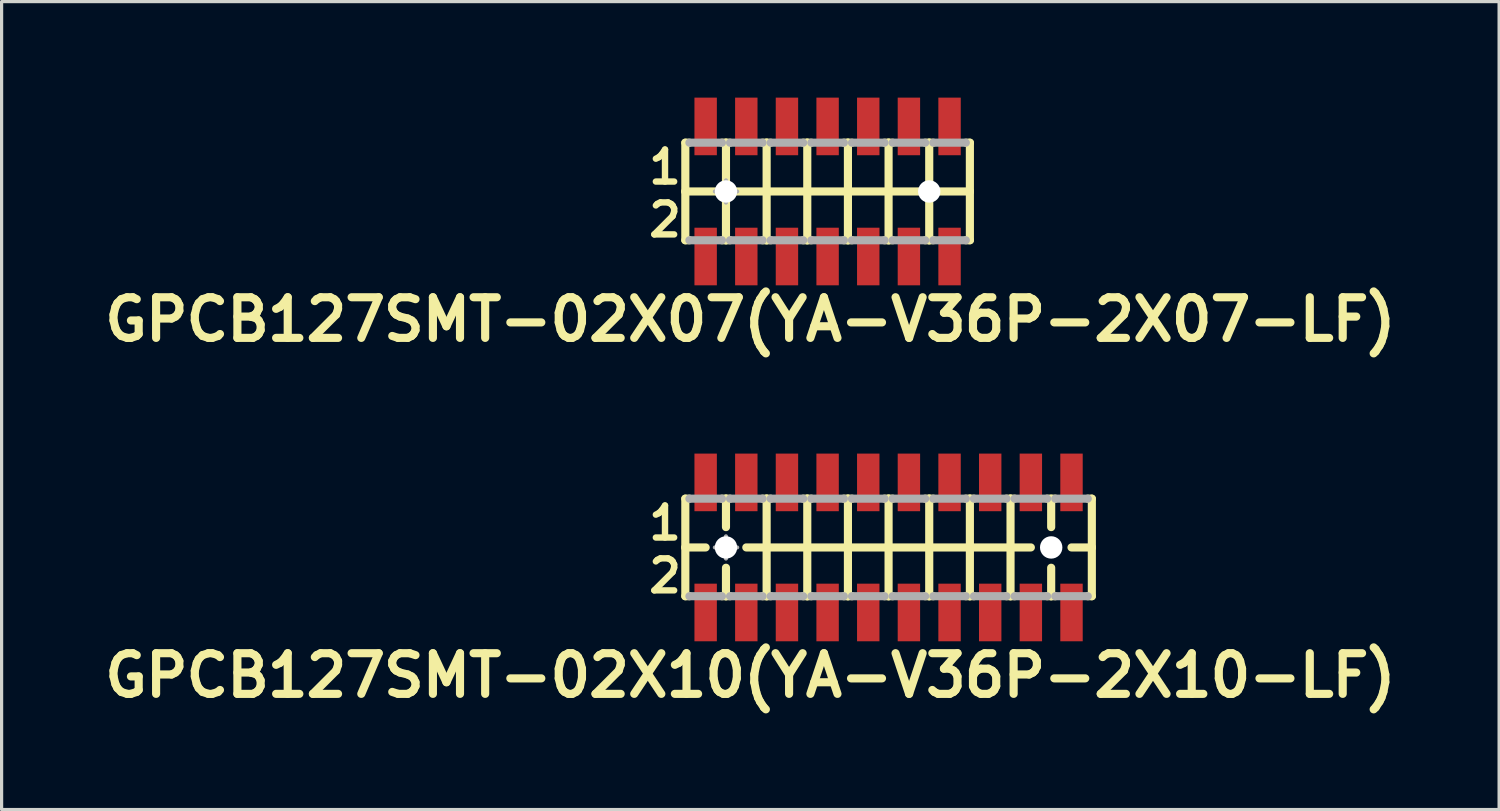
<source format=kicad_pcb>
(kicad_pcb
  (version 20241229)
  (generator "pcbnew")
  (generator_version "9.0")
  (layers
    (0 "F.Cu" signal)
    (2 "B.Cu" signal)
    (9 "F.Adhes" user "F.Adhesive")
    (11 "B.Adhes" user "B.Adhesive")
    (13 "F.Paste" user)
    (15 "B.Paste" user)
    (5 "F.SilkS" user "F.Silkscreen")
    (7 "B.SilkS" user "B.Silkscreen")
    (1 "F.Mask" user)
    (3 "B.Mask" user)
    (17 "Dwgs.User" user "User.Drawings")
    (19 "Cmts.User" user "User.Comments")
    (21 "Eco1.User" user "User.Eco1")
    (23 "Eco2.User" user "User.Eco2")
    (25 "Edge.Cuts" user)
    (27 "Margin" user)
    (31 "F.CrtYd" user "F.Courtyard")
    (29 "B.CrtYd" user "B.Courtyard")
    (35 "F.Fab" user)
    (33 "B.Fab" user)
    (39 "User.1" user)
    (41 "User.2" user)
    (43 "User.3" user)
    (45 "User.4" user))
  (footprint "GPCB127SMT-02X07(YA-V36P-2X07-LF)"
    (layer "F.Cu")
    (at 22.806 2.932)
    (property "Reference" "GPCB127SMT-02X07(YA-V36P-2X07-LF)" (at -2.413 4 0) (layer "F.SilkS") (effects (font (size 1.27 1.27) (thickness 0.254))))
    (attr smd)
    (fp_line (start -4.445 -1.524) (end -4.445 0) (stroke (width 0.254) (type solid)) (layer "F.SilkS"))
    (fp_line (start -4.445 0) (end -4.445 1.524) (stroke (width 0.254) (type solid)) (layer "F.SilkS"))
    (fp_line (start -4.445 0) (end -3.175 0) (stroke (width 0.254) (type solid)) (layer "F.SilkS"))
    (fp_line (start -4.445 1.524) (end -4.318 1.524) (stroke (width 0.254) (type solid)) (layer "F.SilkS"))
    (fp_line (start -4.318 -1.524) (end -4.445 -1.524) (stroke (width 0.254) (type solid)) (layer "F.SilkS"))
    (fp_line (start -3.302 -1.524) (end -3.175 -1.524) (stroke (width 0.254) (type solid)) (layer "F.SilkS"))
    (fp_line (start -3.302 1.524) (end -3.175 1.524) (stroke (width 0.254) (type solid)) (layer "F.SilkS"))
    (fp_line (start -3.175 -1.524) (end -3.048 -1.524) (stroke (width 0.254) (type solid)) (layer "F.SilkS"))
    (fp_line (start -3.175 0) (end -3.175 -1.524) (stroke (width 0.254) (type solid)) (layer "F.SilkS"))
    (fp_line (start -3.175 0) (end -1.905 0) (stroke (width 0.254) (type solid)) (layer "F.SilkS"))
    (fp_line (start -3.175 1.524) (end -3.175 0) (stroke (width 0.254) (type solid)) (layer "F.SilkS"))
    (fp_line (start -3.175 1.524) (end -3.048 1.524) (stroke (width 0.254) (type solid)) (layer "F.SilkS"))
    (fp_line (start -2.032 -1.524) (end -1.905 -1.524) (stroke (width 0.254) (type solid)) (layer "F.SilkS"))
    (fp_line (start -2.032 1.524) (end -1.905 1.524) (stroke (width 0.254) (type solid)) (layer "F.SilkS"))
    (fp_line (start -1.905 -1.524) (end -1.778 -1.524) (stroke (width 0.254) (type solid)) (layer "F.SilkS"))
    (fp_line (start -1.905 0) (end -1.905 -1.524) (stroke (width 0.254) (type solid)) (layer "F.SilkS"))
    (fp_line (start -1.905 0) (end -0.635 0) (stroke (width 0.254) (type solid)) (layer "F.SilkS"))
    (fp_line (start -1.905 1.524) (end -1.905 0) (stroke (width 0.254) (type solid)) (layer "F.SilkS"))
    (fp_line (start -1.905 1.524) (end -1.778 1.524) (stroke (width 0.254) (type solid)) (layer "F.SilkS"))
    (fp_line (start -0.762 -1.524) (end -0.635 -1.524) (stroke (width 0.254) (type solid)) (layer "F.SilkS"))
    (fp_line (start -0.762 1.524) (end -0.635 1.524) (stroke (width 0.254) (type solid)) (layer "F.SilkS"))
    (fp_line (start -0.635 -1.524) (end -0.508 -1.524) (stroke (width 0.254) (type solid)) (layer "F.SilkS"))
    (fp_line (start -0.635 0) (end -0.635 -1.524) (stroke (width 0.254) (type solid)) (layer "F.SilkS"))
    (fp_line (start -0.635 0) (end 0.635 0) (stroke (width 0.254) (type solid)) (layer "F.SilkS"))
    (fp_line (start -0.635 1.524) (end -0.635 0) (stroke (width 0.254) (type solid)) (layer "F.SilkS"))
    (fp_line (start -0.635 1.524) (end -0.508 1.524) (stroke (width 0.254) (type solid)) (layer "F.SilkS"))
    (fp_line (start 0.508 -1.524) (end 0.635 -1.524) (stroke (width 0.254) (type solid)) (layer "F.SilkS"))
    (fp_line (start 0.508 1.524) (end 0.635 1.524) (stroke (width 0.254) (type solid)) (layer "F.SilkS"))
    (fp_line (start 0.635 -1.524) (end 0.762 -1.524) (stroke (width 0.254) (type solid)) (layer "F.SilkS"))
    (fp_line (start 0.635 0) (end 0.635 -1.524) (stroke (width 0.254) (type solid)) (layer "F.SilkS"))
    (fp_line (start 0.635 0) (end 1.905 0) (stroke (width 0.254) (type solid)) (layer "F.SilkS"))
    (fp_line (start 0.635 1.524) (end 0.635 0) (stroke (width 0.254) (type solid)) (layer "F.SilkS"))
    (fp_line (start 0.635 1.524) (end 0.762 1.524) (stroke (width 0.254) (type solid)) (layer "F.SilkS"))
    (fp_line (start 1.778 -1.524) (end 1.905 -1.524) (stroke (width 0.254) (type solid)) (layer "F.SilkS"))
    (fp_line (start 1.778 1.524) (end 1.905 1.524) (stroke (width 0.254) (type solid)) (layer "F.SilkS"))
    (fp_line (start 1.905 -1.524) (end 2.032 -1.524) (stroke (width 0.254) (type solid)) (layer "F.SilkS"))
    (fp_line (start 1.905 0) (end 1.905 -1.524) (stroke (width 0.254) (type solid)) (layer "F.SilkS"))
    (fp_line (start 1.905 0) (end 3.175 0) (stroke (width 0.254) (type solid)) (layer "F.SilkS"))
    (fp_line (start 1.905 1.524) (end 1.905 0) (stroke (width 0.254) (type solid)) (layer "F.SilkS"))
    (fp_line (start 1.905 1.524) (end 2.032 1.524) (stroke (width 0.254) (type solid)) (layer "F.SilkS"))
    (fp_line (start 3.048 -1.524) (end 3.175 -1.524) (stroke (width 0.254) (type solid)) (layer "F.SilkS"))
    (fp_line (start 3.048 1.524) (end 3.175 1.524) (stroke (width 0.254) (type solid)) (layer "F.SilkS"))
    (fp_line (start 3.175 -1.524) (end 3.302 -1.524) (stroke (width 0.254) (type solid)) (layer "F.SilkS"))
    (fp_line (start 3.175 0) (end 3.175 -1.524) (stroke (width 0.254) (type solid)) (layer "F.SilkS"))
    (fp_line (start 3.175 0) (end 4.445 0) (stroke (width 0.254) (type solid)) (layer "F.SilkS"))
    (fp_line (start 3.175 1.524) (end 3.175 0) (stroke (width 0.254) (type solid)) (layer "F.SilkS"))
    (fp_line (start 3.175 1.524) (end 3.302 1.524) (stroke (width 0.254) (type solid)) (layer "F.SilkS"))
    (fp_line (start 4.318 -1.524) (end 4.445 -1.524) (stroke (width 0.254) (type solid)) (layer "F.SilkS"))
    (fp_line (start 4.318 1.524) (end 4.445 1.524) (stroke (width 0.254) (type solid)) (layer "F.SilkS"))
    (fp_line (start 4.445 0) (end 4.445 -1.524) (stroke (width 0.254) (type solid)) (layer "F.SilkS"))
    (fp_line (start 4.445 1.524) (end 4.445 0) (stroke (width 0.254) (type solid)) (layer "F.SilkS"))
    (fp_line (start -4.318 -1.524) (end -3.302 -1.524) (stroke (width 0.254) (type solid)) (layer "F.Fab"))
    (fp_line (start -4.318 1.524) (end -3.302 1.524) (stroke (width 0.254) (type solid)) (layer "F.Fab"))
    (fp_line (start -3.523 0) (end -2.824 0) (stroke (width 0.127) (type solid)) (layer "F.Fab"))
    (fp_line (start -3.175 0.348) (end -3.175 -0.348) (stroke (width 0.127) (type solid)) (layer "F.Fab"))
    (fp_line (start -3.048 -1.524) (end -2.032 -1.524) (stroke (width 0.254) (type solid)) (layer "F.Fab"))
    (fp_line (start -3.048 1.524) (end -2.032 1.524) (stroke (width 0.254) (type solid)) (layer "F.Fab"))
    (fp_line (start -1.778 -1.524) (end -0.762 -1.524) (stroke (width 0.254) (type solid)) (layer "F.Fab"))
    (fp_line (start -1.778 1.524) (end -0.762 1.524) (stroke (width 0.254) (type solid)) (layer "F.Fab"))
    (fp_line (start -0.508 -1.524) (end 0.508 -1.524) (stroke (width 0.254) (type solid)) (layer "F.Fab"))
    (fp_line (start -0.508 1.524) (end 0.508 1.524) (stroke (width 0.254) (type solid)) (layer "F.Fab"))
    (fp_line (start 0.762 -1.524) (end 1.778 -1.524) (stroke (width 0.254) (type solid)) (layer "F.Fab"))
    (fp_line (start 0.762 1.524) (end 1.778 1.524) (stroke (width 0.254) (type solid)) (layer "F.Fab"))
    (fp_line (start 2.032 -1.524) (end 3.048 -1.524) (stroke (width 0.254) (type solid)) (layer "F.Fab"))
    (fp_line (start 2.032 1.524) (end 3.048 1.524) (stroke (width 0.254) (type solid)) (layer "F.Fab"))
    (fp_line (start 3.302 -1.524) (end 4.318 -1.524) (stroke (width 0.254) (type solid)) (layer "F.Fab"))
    (fp_line (start 3.302 1.524) (end 4.318 1.524) (stroke (width 0.254) (type solid)) (layer "F.Fab"))
    (fp_circle (center -3.175 0) (end -3.348 0.173) (stroke (width 0.127) (type solid)) (fill no) (layer "F.Fab"))
    (fp_text user "2" (at -5.08 0.889 0) (layer "F.SilkS") (effects (font (size 1 1) (thickness 0.2))))
    (fp_text user "1" (at -5.08 -0.762 0) (layer "F.SilkS") (effects (font (size 1 1) (thickness 0.2))))
    (pad "" np_thru_hole circle (at -3.175 0 90) (size 0.7 0.7) (drill 0.7) (layers "*.Cu" "*.Mask"))
    (pad "" np_thru_hole circle (at 3.175 0 90) (size 0.7 0.7) (drill 0.7) (layers "*.Cu" "*.Mask"))
    (pad "1" smd rect (at -3.81 -2.032 270) (size 1.8 0.7) (layers "F.Cu" "F.Mask" "F.Paste"))
    (pad "2" smd rect (at -3.81 2.032 270) (size 1.8 0.7) (layers "F.Cu" "F.Mask" "F.Paste"))
    (pad "3" smd rect (at -2.54 -2.032 270) (size 1.8 0.7) (layers "F.Cu" "F.Mask" "F.Paste"))
    (pad "4" smd rect (at -2.54 2.032 270) (size 1.8 0.7) (layers "F.Cu" "F.Mask" "F.Paste"))
    (pad "5" smd rect (at -1.27 -2.032 270) (size 1.8 0.7) (layers "F.Cu" "F.Mask" "F.Paste"))
    (pad "6" smd rect (at -1.27 2.032 270) (size 1.8 0.7) (layers "F.Cu" "F.Mask" "F.Paste"))
    (pad "7" smd rect (at 0 -2.032 270) (size 1.8 0.7) (layers "F.Cu" "F.Mask" "F.Paste"))
    (pad "8" smd rect (at 0 2.032 270) (size 1.8 0.7) (layers "F.Cu" "F.Mask" "F.Paste"))
    (pad "9" smd rect (at 1.27 -2.032 270) (size 1.8 0.7) (layers "F.Cu" "F.Mask" "F.Paste"))
    (pad "10" smd rect (at 1.27 2.032 270) (size 1.8 0.7) (layers "F.Cu" "F.Mask" "F.Paste"))
    (pad "11" smd rect (at 2.54 -2.032 270) (size 1.8 0.7) (layers "F.Cu" "F.Mask" "F.Paste"))
    (pad "12" smd rect (at 2.54 2.032 270) (size 1.8 0.7) (layers "F.Cu" "F.Mask" "F.Paste"))
    (pad "13" smd rect (at 3.81 -2.032 90) (size 1.8 0.7) (layers "F.Cu" "F.Mask" "F.Paste"))
    (pad "14" smd rect (at 3.81 2.032 90) (size 1.8 0.7) (layers "F.Cu" "F.Mask" "F.Paste")))
  (footprint "GPCB127SMT-02X10(YA-V36P-2X10-LF)"
    (layer "F.Cu")
    (at 24.711 14.053)
    (property "Reference" "GPCB127SMT-02X10(YA-V36P-2X10-LF)" (at -4.318 4 0) (layer "F.SilkS") (effects (font (size 1.27 1.27) (thickness 0.254))))
    (attr smd)
    (fp_line (start -6.35 -1.524) (end -6.35 0) (stroke (width 0.254) (type solid)) (layer "F.SilkS"))
    (fp_line (start -6.35 0) (end -6.35 1.524) (stroke (width 0.254) (type solid)) (layer "F.SilkS"))
    (fp_line (start -6.35 0) (end -5.715 0) (stroke (width 0.254) (type solid)) (layer "F.SilkS"))
    (fp_line (start -6.35 1.524) (end -6.223 1.524) (stroke (width 0.254) (type solid)) (layer "F.SilkS"))
    (fp_line (start -6.223 -1.524) (end -6.35 -1.524) (stroke (width 0.254) (type solid)) (layer "F.SilkS"))
    (fp_line (start -5.207 -1.524) (end -5.08 -1.524) (stroke (width 0.254) (type solid)) (layer "F.SilkS"))
    (fp_line (start -5.207 1.524) (end -5.08 1.524) (stroke (width 0.254) (type solid)) (layer "F.SilkS"))
    (fp_line (start -5.08 -1.524) (end -4.953 -1.524) (stroke (width 0.254) (type solid)) (layer "F.SilkS"))
    (fp_line (start -5.08 -0.635) (end -5.08 -1.524) (stroke (width 0.254) (type solid)) (layer "F.SilkS"))
    (fp_line (start -5.08 1.524) (end -5.08 0.635) (stroke (width 0.254) (type solid)) (layer "F.SilkS"))
    (fp_line (start -5.08 1.524) (end -4.953 1.524) (stroke (width 0.254) (type solid)) (layer "F.SilkS"))
    (fp_line (start -4.445 0) (end -3.81 0) (stroke (width 0.254) (type solid)) (layer "F.SilkS"))
    (fp_line (start -3.937 -1.524) (end -3.81 -1.524) (stroke (width 0.254) (type solid)) (layer "F.SilkS"))
    (fp_line (start -3.937 1.524) (end -3.81 1.524) (stroke (width 0.254) (type solid)) (layer "F.SilkS"))
    (fp_line (start -3.81 -1.524) (end -3.683 -1.524) (stroke (width 0.254) (type solid)) (layer "F.SilkS"))
    (fp_line (start -3.81 0) (end -3.81 -1.524) (stroke (width 0.254) (type solid)) (layer "F.SilkS"))
    (fp_line (start -3.81 0) (end -2.54 0) (stroke (width 0.254) (type solid)) (layer "F.SilkS"))
    (fp_line (start -3.81 1.524) (end -3.81 0) (stroke (width 0.254) (type solid)) (layer "F.SilkS"))
    (fp_line (start -3.81 1.524) (end -3.683 1.524) (stroke (width 0.254) (type solid)) (layer "F.SilkS"))
    (fp_line (start -2.667 -1.524) (end -2.54 -1.524) (stroke (width 0.254) (type solid)) (layer "F.SilkS"))
    (fp_line (start -2.667 1.524) (end -2.54 1.524) (stroke (width 0.254) (type solid)) (layer "F.SilkS"))
    (fp_line (start -2.54 -1.524) (end -2.413 -1.524) (stroke (width 0.254) (type solid)) (layer "F.SilkS"))
    (fp_line (start -2.54 0) (end -2.54 -1.524) (stroke (width 0.254) (type solid)) (layer "F.SilkS"))
    (fp_line (start -2.54 0) (end -1.27 0) (stroke (width 0.254) (type solid)) (layer "F.SilkS"))
    (fp_line (start -2.54 1.524) (end -2.54 0) (stroke (width 0.254) (type solid)) (layer "F.SilkS"))
    (fp_line (start -2.54 1.524) (end -2.413 1.524) (stroke (width 0.254) (type solid)) (layer "F.SilkS"))
    (fp_line (start -1.397 -1.524) (end -1.27 -1.524) (stroke (width 0.254) (type solid)) (layer "F.SilkS"))
    (fp_line (start -1.397 1.524) (end -1.27 1.524) (stroke (width 0.254) (type solid)) (layer "F.SilkS"))
    (fp_line (start -1.27 -1.524) (end -1.143 -1.524) (stroke (width 0.254) (type solid)) (layer "F.SilkS"))
    (fp_line (start -1.27 0) (end -1.27 -1.524) (stroke (width 0.254) (type solid)) (layer "F.SilkS"))
    (fp_line (start -1.27 0) (end 0 0) (stroke (width 0.254) (type solid)) (layer "F.SilkS"))
    (fp_line (start -1.27 1.524) (end -1.27 0) (stroke (width 0.254) (type solid)) (layer "F.SilkS"))
    (fp_line (start -1.27 1.524) (end -1.143 1.524) (stroke (width 0.254) (type solid)) (layer "F.SilkS"))
    (fp_line (start -0.127 -1.524) (end 0 -1.524) (stroke (width 0.254) (type solid)) (layer "F.SilkS"))
    (fp_line (start -0.127 1.524) (end 0 1.524) (stroke (width 0.254) (type solid)) (layer "F.SilkS"))
    (fp_line (start 0 -1.524) (end 0.127 -1.524) (stroke (width 0.254) (type solid)) (layer "F.SilkS"))
    (fp_line (start 0 0) (end 0 -1.524) (stroke (width 0.254) (type solid)) (layer "F.SilkS"))
    (fp_line (start 0 0) (end 1.27 0) (stroke (width 0.254) (type solid)) (layer "F.SilkS"))
    (fp_line (start 0 1.524) (end 0 0) (stroke (width 0.254) (type solid)) (layer "F.SilkS"))
    (fp_line (start 0 1.524) (end 0.127 1.524) (stroke (width 0.254) (type solid)) (layer "F.SilkS"))
    (fp_line (start 1.143 -1.524) (end 1.27 -1.524) (stroke (width 0.254) (type solid)) (layer "F.SilkS"))
    (fp_line (start 1.143 1.524) (end 1.27 1.524) (stroke (width 0.254) (type solid)) (layer "F.SilkS"))
    (fp_line (start 1.27 -1.524) (end 1.397 -1.524) (stroke (width 0.254) (type solid)) (layer "F.SilkS"))
    (fp_line (start 1.27 0) (end 1.27 -1.524) (stroke (width 0.254) (type solid)) (layer "F.SilkS"))
    (fp_line (start 1.27 0) (end 2.54 0) (stroke (width 0.254) (type solid)) (layer "F.SilkS"))
    (fp_line (start 1.27 1.524) (end 1.27 0) (stroke (width 0.254) (type solid)) (layer "F.SilkS"))
    (fp_line (start 1.27 1.524) (end 1.397 1.524) (stroke (width 0.254) (type solid)) (layer "F.SilkS"))
    (fp_line (start 2.413 -1.524) (end 2.54 -1.524) (stroke (width 0.254) (type solid)) (layer "F.SilkS"))
    (fp_line (start 2.413 1.524) (end 2.54 1.524) (stroke (width 0.254) (type solid)) (layer "F.SilkS"))
    (fp_line (start 2.54 -1.524) (end 2.667 -1.524) (stroke (width 0.254) (type solid)) (layer "F.SilkS"))
    (fp_line (start 2.54 0) (end 2.54 -1.524) (stroke (width 0.254) (type solid)) (layer "F.SilkS"))
    (fp_line (start 2.54 0) (end 3.81 0) (stroke (width 0.254) (type solid)) (layer "F.SilkS"))
    (fp_line (start 2.54 1.524) (end 2.54 0) (stroke (width 0.254) (type solid)) (layer "F.SilkS"))
    (fp_line (start 2.54 1.524) (end 2.667 1.524) (stroke (width 0.254) (type solid)) (layer "F.SilkS"))
    (fp_line (start 3.683 -1.524) (end 3.81 -1.524) (stroke (width 0.254) (type solid)) (layer "F.SilkS"))
    (fp_line (start 3.683 1.524) (end 3.81 1.524) (stroke (width 0.254) (type solid)) (layer "F.SilkS"))
    (fp_line (start 3.81 -1.524) (end 3.937 -1.524) (stroke (width 0.254) (type solid)) (layer "F.SilkS"))
    (fp_line (start 3.81 0) (end 3.81 -1.524) (stroke (width 0.254) (type solid)) (layer "F.SilkS"))
    (fp_line (start 3.81 0) (end 4.445 0) (stroke (width 0.254) (type solid)) (layer "F.SilkS"))
    (fp_line (start 3.81 1.524) (end 3.81 0) (stroke (width 0.254) (type solid)) (layer "F.SilkS"))
    (fp_line (start 3.81 1.524) (end 3.937 1.524) (stroke (width 0.254) (type solid)) (layer "F.SilkS"))
    (fp_line (start 4.953 -1.524) (end 5.207 -1.524) (stroke (width 0.254) (type solid)) (layer "F.SilkS"))
    (fp_line (start 4.953 1.524) (end 5.08 1.524) (stroke (width 0.254) (type solid)) (layer "F.SilkS"))
    (fp_line (start 5.08 -0.635) (end 5.08 -1.524) (stroke (width 0.254) (type solid)) (layer "F.SilkS"))
    (fp_line (start 5.08 1.524) (end 5.08 0.635) (stroke (width 0.254) (type solid)) (layer "F.SilkS"))
    (fp_line (start 5.08 1.524) (end 5.207 1.524) (stroke (width 0.254) (type solid)) (layer "F.SilkS"))
    (fp_line (start 5.715 0) (end 6.35 0) (stroke (width 0.254) (type solid)) (layer "F.SilkS"))
    (fp_line (start 6.223 -1.524) (end 6.35 -1.524) (stroke (width 0.254) (type solid)) (layer "F.SilkS"))
    (fp_line (start 6.35 -1.524) (end 6.35 0) (stroke (width 0.254) (type solid)) (layer "F.SilkS"))
    (fp_line (start 6.35 0) (end 6.35 1.524) (stroke (width 0.254) (type solid)) (layer "F.SilkS"))
    (fp_line (start 6.35 1.524) (end 6.223 1.524) (stroke (width 0.254) (type solid)) (layer "F.SilkS"))
    (fp_line (start -6.223 -1.524) (end -5.207 -1.524) (stroke (width 0.254) (type solid)) (layer "F.Fab"))
    (fp_line (start -6.223 1.524) (end -5.207 1.524) (stroke (width 0.254) (type solid)) (layer "F.Fab"))
    (fp_line (start -5.428 0) (end -4.729 0) (stroke (width 0.127) (type solid)) (layer "F.Fab"))
    (fp_line (start -5.08 0.348) (end -5.08 -0.348) (stroke (width 0.127) (type solid)) (layer "F.Fab"))
    (fp_line (start -4.953 -1.524) (end -3.937 -1.524) (stroke (width 0.254) (type solid)) (layer "F.Fab"))
    (fp_line (start -4.953 1.524) (end -3.937 1.524) (stroke (width 0.254) (type solid)) (layer "F.Fab"))
    (fp_line (start -3.683 -1.524) (end -2.667 -1.524) (stroke (width 0.254) (type solid)) (layer "F.Fab"))
    (fp_line (start -3.683 1.524) (end -2.667 1.524) (stroke (width 0.254) (type solid)) (layer "F.Fab"))
    (fp_line (start -2.413 -1.524) (end -1.397 -1.524) (stroke (width 0.254) (type solid)) (layer "F.Fab"))
    (fp_line (start -2.413 1.524) (end -1.397 1.524) (stroke (width 0.254) (type solid)) (layer "F.Fab"))
    (fp_line (start -1.143 -1.524) (end -0.127 -1.524) (stroke (width 0.254) (type solid)) (layer "F.Fab"))
    (fp_line (start -1.143 1.524) (end -0.127 1.524) (stroke (width 0.254) (type solid)) (layer "F.Fab"))
    (fp_line (start 0.127 -1.524) (end 1.143 -1.524) (stroke (width 0.254) (type solid)) (layer "F.Fab"))
    (fp_line (start 0.127 1.524) (end 1.143 1.524) (stroke (width 0.254) (type solid)) (layer "F.Fab"))
    (fp_line (start 1.397 -1.524) (end 2.413 -1.524) (stroke (width 0.254) (type solid)) (layer "F.Fab"))
    (fp_line (start 1.397 1.524) (end 2.413 1.524) (stroke (width 0.254) (type solid)) (layer "F.Fab"))
    (fp_line (start 2.667 -1.524) (end 3.683 -1.524) (stroke (width 0.254) (type solid)) (layer "F.Fab"))
    (fp_line (start 2.667 1.524) (end 3.683 1.524) (stroke (width 0.254) (type solid)) (layer "F.Fab"))
    (fp_line (start 3.937 -1.524) (end 4.953 -1.524) (stroke (width 0.254) (type solid)) (layer "F.Fab"))
    (fp_line (start 3.937 1.524) (end 4.953 1.524) (stroke (width 0.254) (type solid)) (layer "F.Fab"))
    (fp_line (start 5.207 -1.524) (end 6.223 -1.524) (stroke (width 0.254) (type solid)) (layer "F.Fab"))
    (fp_line (start 5.207 1.524) (end 6.223 1.524) (stroke (width 0.254) (type solid)) (layer "F.Fab"))
    (fp_circle (center -5.08 0) (end -5.253 0.173) (stroke (width 0.127) (type solid)) (fill no) (layer "F.Fab"))
    (fp_text user "1" (at -6.985 -0.762 0) (layer "F.SilkS") (effects (font (size 1 1) (thickness 0.2))))
    (fp_text user "2" (at -6.985 0.889 0) (layer "F.SilkS") (effects (font (size 1 1) (thickness 0.2))))
    (pad "" np_thru_hole circle (at -5.08 0 90) (size 0.7 0.7) (drill 0.7) (layers "*.Cu" "*.Mask"))
    (pad "" np_thru_hole circle (at 5.08 0 90) (size 0.7 0.7) (drill 0.7) (layers "*.Cu" "*.Mask"))
    (pad "1" smd rect (at -5.715 -2.032 270) (size 1.8 0.7) (layers "F.Cu" "F.Mask" "F.Paste"))
    (pad "2" smd rect (at -5.715 2.032 270) (size 1.8 0.7) (layers "F.Cu" "F.Mask" "F.Paste"))
    (pad "3" smd rect (at -4.445 -2.032 270) (size 1.8 0.7) (layers "F.Cu" "F.Mask" "F.Paste"))
    (pad "4" smd rect (at -4.445 2.032 270) (size 1.8 0.7) (layers "F.Cu" "F.Mask" "F.Paste"))
    (pad "5" smd rect (at -3.175 -2.032 270) (size 1.8 0.7) (layers "F.Cu" "F.Mask" "F.Paste"))
    (pad "6" smd rect (at -3.175 2.032 270) (size 1.8 0.7) (layers "F.Cu" "F.Mask" "F.Paste"))
    (pad "7" smd rect (at -1.905 -2.032 270) (size 1.8 0.7) (layers "F.Cu" "F.Mask" "F.Paste"))
    (pad "8" smd rect (at -1.905 2.032 270) (size 1.8 0.7) (layers "F.Cu" "F.Mask" "F.Paste"))
    (pad "9" smd rect (at -0.635 -2.032 270) (size 1.8 0.7) (layers "F.Cu" "F.Mask" "F.Paste"))
    (pad "10" smd rect (at -0.635 2.032 270) (size 1.8 0.7) (layers "F.Cu" "F.Mask" "F.Paste"))
    (pad "11" smd rect (at 0.635 -2.032 270) (size 1.8 0.7) (layers "F.Cu" "F.Mask" "F.Paste"))
    (pad "12" smd rect (at 0.635 2.032 270) (size 1.8 0.7) (layers "F.Cu" "F.Mask" "F.Paste"))
    (pad "13" smd rect (at 1.905 -2.032 90) (size 1.8 0.7) (layers "F.Cu" "F.Mask" "F.Paste"))
    (pad "14" smd rect (at 1.905 2.032 90) (size 1.8 0.7) (layers "F.Cu" "F.Mask" "F.Paste"))
    (pad "15" smd rect (at 3.175 -2.032 90) (size 1.8 0.7) (layers "F.Cu" "F.Mask" "F.Paste"))
    (pad "16" smd rect (at 3.175 2.032 90) (size 1.8 0.7) (layers "F.Cu" "F.Mask" "F.Paste"))
    (pad "17" smd rect (at 4.445 -2.032 90) (size 1.8 0.7) (layers "F.Cu" "F.Mask" "F.Paste"))
    (pad "18" smd rect (at 4.445 2.032 90) (size 1.8 0.7) (layers "F.Cu" "F.Mask" "F.Paste"))
    (pad "19" smd rect (at 5.715 -2.032 90) (size 1.8 0.7) (layers "F.Cu" "F.Mask" "F.Paste"))
    (pad "20" smd rect (at 5.715 2.032 90) (size 1.8 0.7) (layers "F.Cu" "F.Mask" "F.Paste")))
  (gr_rect
    (start -3 -3)
    (end 43.785 22.242)
    (stroke (width 0.1) (type default))
    (fill no)
    (layer "Edge.Cuts")))
</source>
